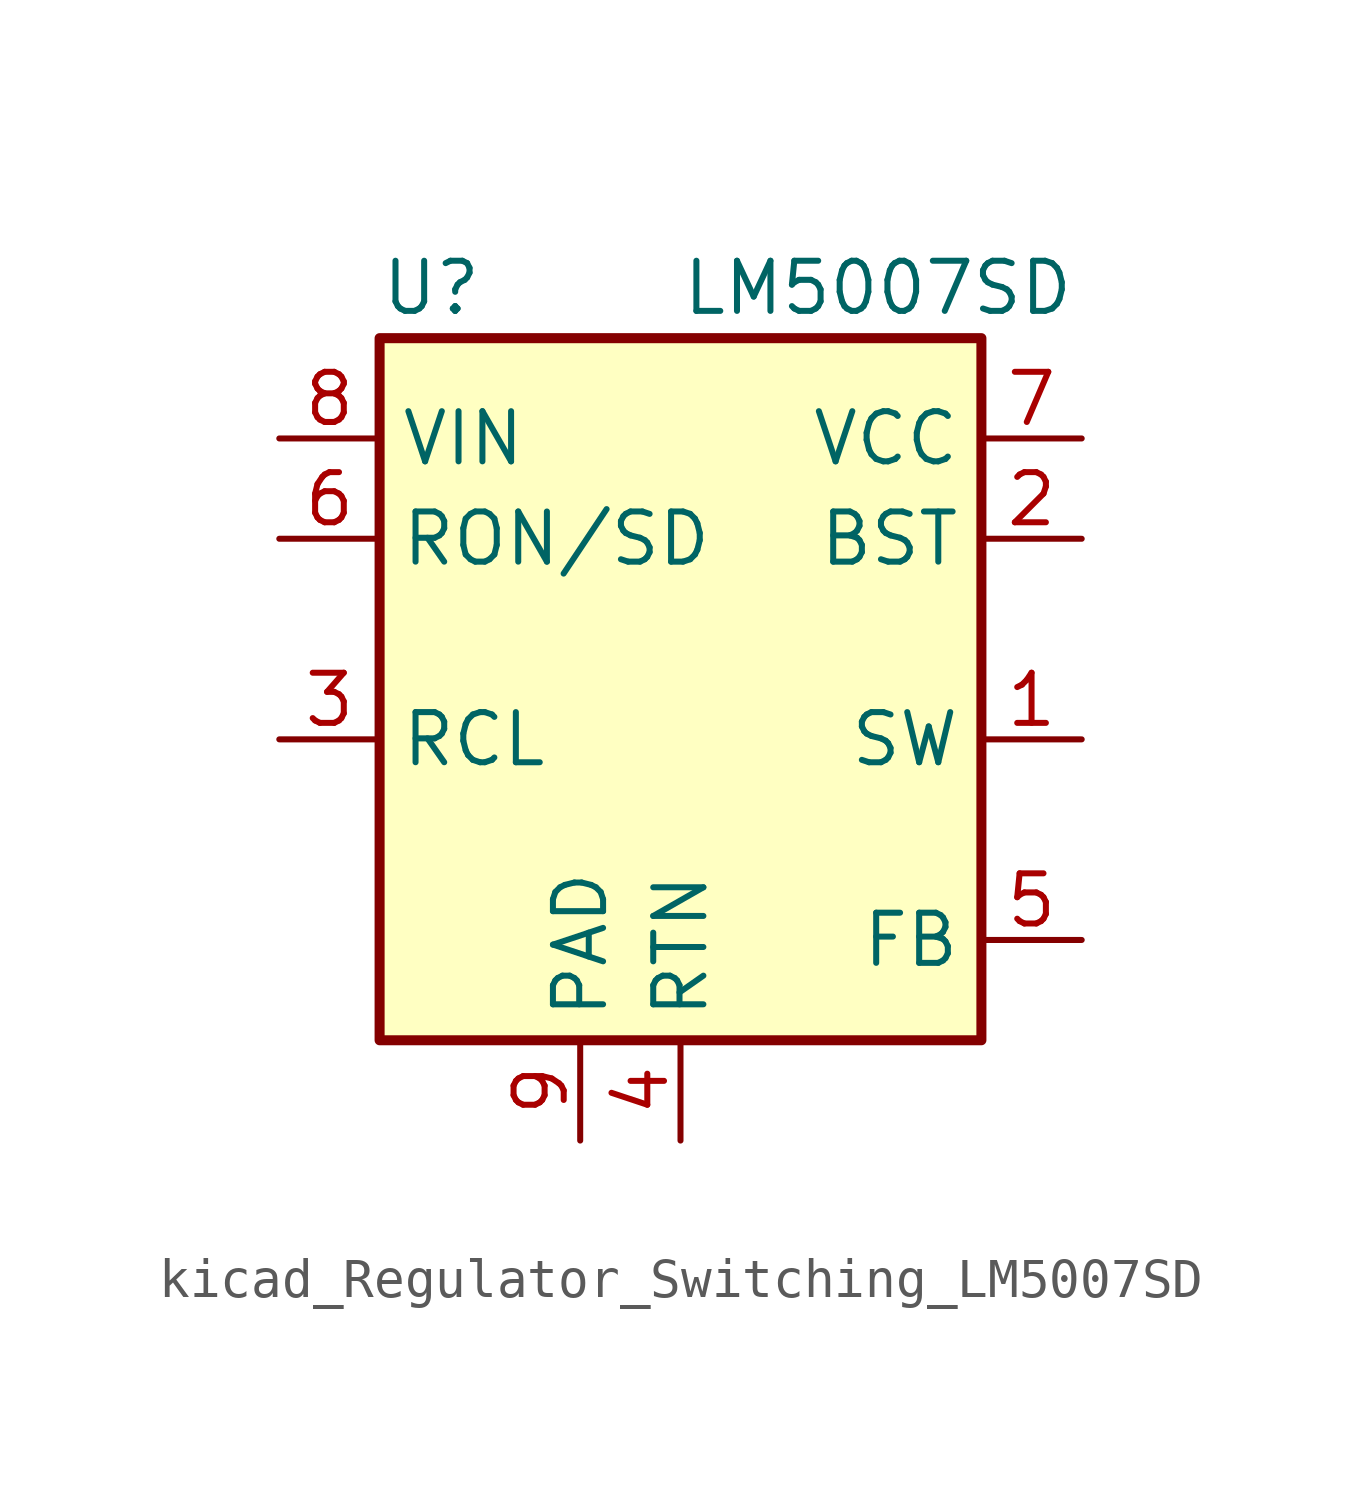
<source format=kicad_sym>
(kicad_symbol_lib
  (version 20220914)
  (generator kicad_symbol_editor)
  (symbol "kicad_Regulator_Switching_LM5007SD"
    (property "Reference" "U"
      (at -7.62 8.89 0)
      (effects (font (size 1.27 1.27)) (justify left)))
    (property "Value" "LM5007SD"
      (at 0 8.89 0)
      (effects (font (size 1.27 1.27)) (justify left)))
    (symbol "kicad_Regulator_Switching_LM5007SD_0_1"
      (rectangle (start -7.62 7.62) (end 7.62 -10.16) (stroke (width 0.254) (type default)) (fill (type background))))
    (symbol "kicad_Regulator_Switching_LM5007SD_1_1"
      (pin output line (at 10.16 -2.54 180) (length 2.54) (name "SW" (effects (font (size 1.27 1.27)))) (number "1" (effects (font (size 1.27 1.27)))))
      (pin input line (at 10.16 2.54 180) (length 2.54) (name "BST" (effects (font (size 1.27 1.27)))) (number "2" (effects (font (size 1.27 1.27)))))
      (pin input line (at -10.16 -2.54 0) (length 2.54) (name "RCL" (effects (font (size 1.27 1.27)))) (number "3" (effects (font (size 1.27 1.27)))))
      (pin power_in line (at 0 -12.7 90) (length 2.54) (name "RTN" (effects (font (size 1.27 1.27)))) (number "4" (effects (font (size 1.27 1.27)))))
      (pin input line (at 10.16 -7.62 180) (length 2.54) (name "FB" (effects (font (size 1.27 1.27)))) (number "5" (effects (font (size 1.27 1.27)))))
      (pin input line (at -10.16 2.54 0) (length 2.54) (name "RON/SD" (effects (font (size 1.27 1.27)))) (number "6" (effects (font (size 1.27 1.27)))))
      (pin output line (at 10.16 5.08 180) (length 2.54) (name "VCC" (effects (font (size 1.27 1.27)))) (number "7" (effects (font (size 1.27 1.27)))))
      (pin power_in line (at -10.16 5.08 0) (length 2.54) (name "VIN" (effects (font (size 1.27 1.27)))) (number "8" (effects (font (size 1.27 1.27)))))
      (pin passive line (at -2.54 -12.7 90) (length 2.54) (name "PAD" (effects (font (size 1.27 1.27)))) (number "9" (effects (font (size 1.27 1.27))))))))
</source>
